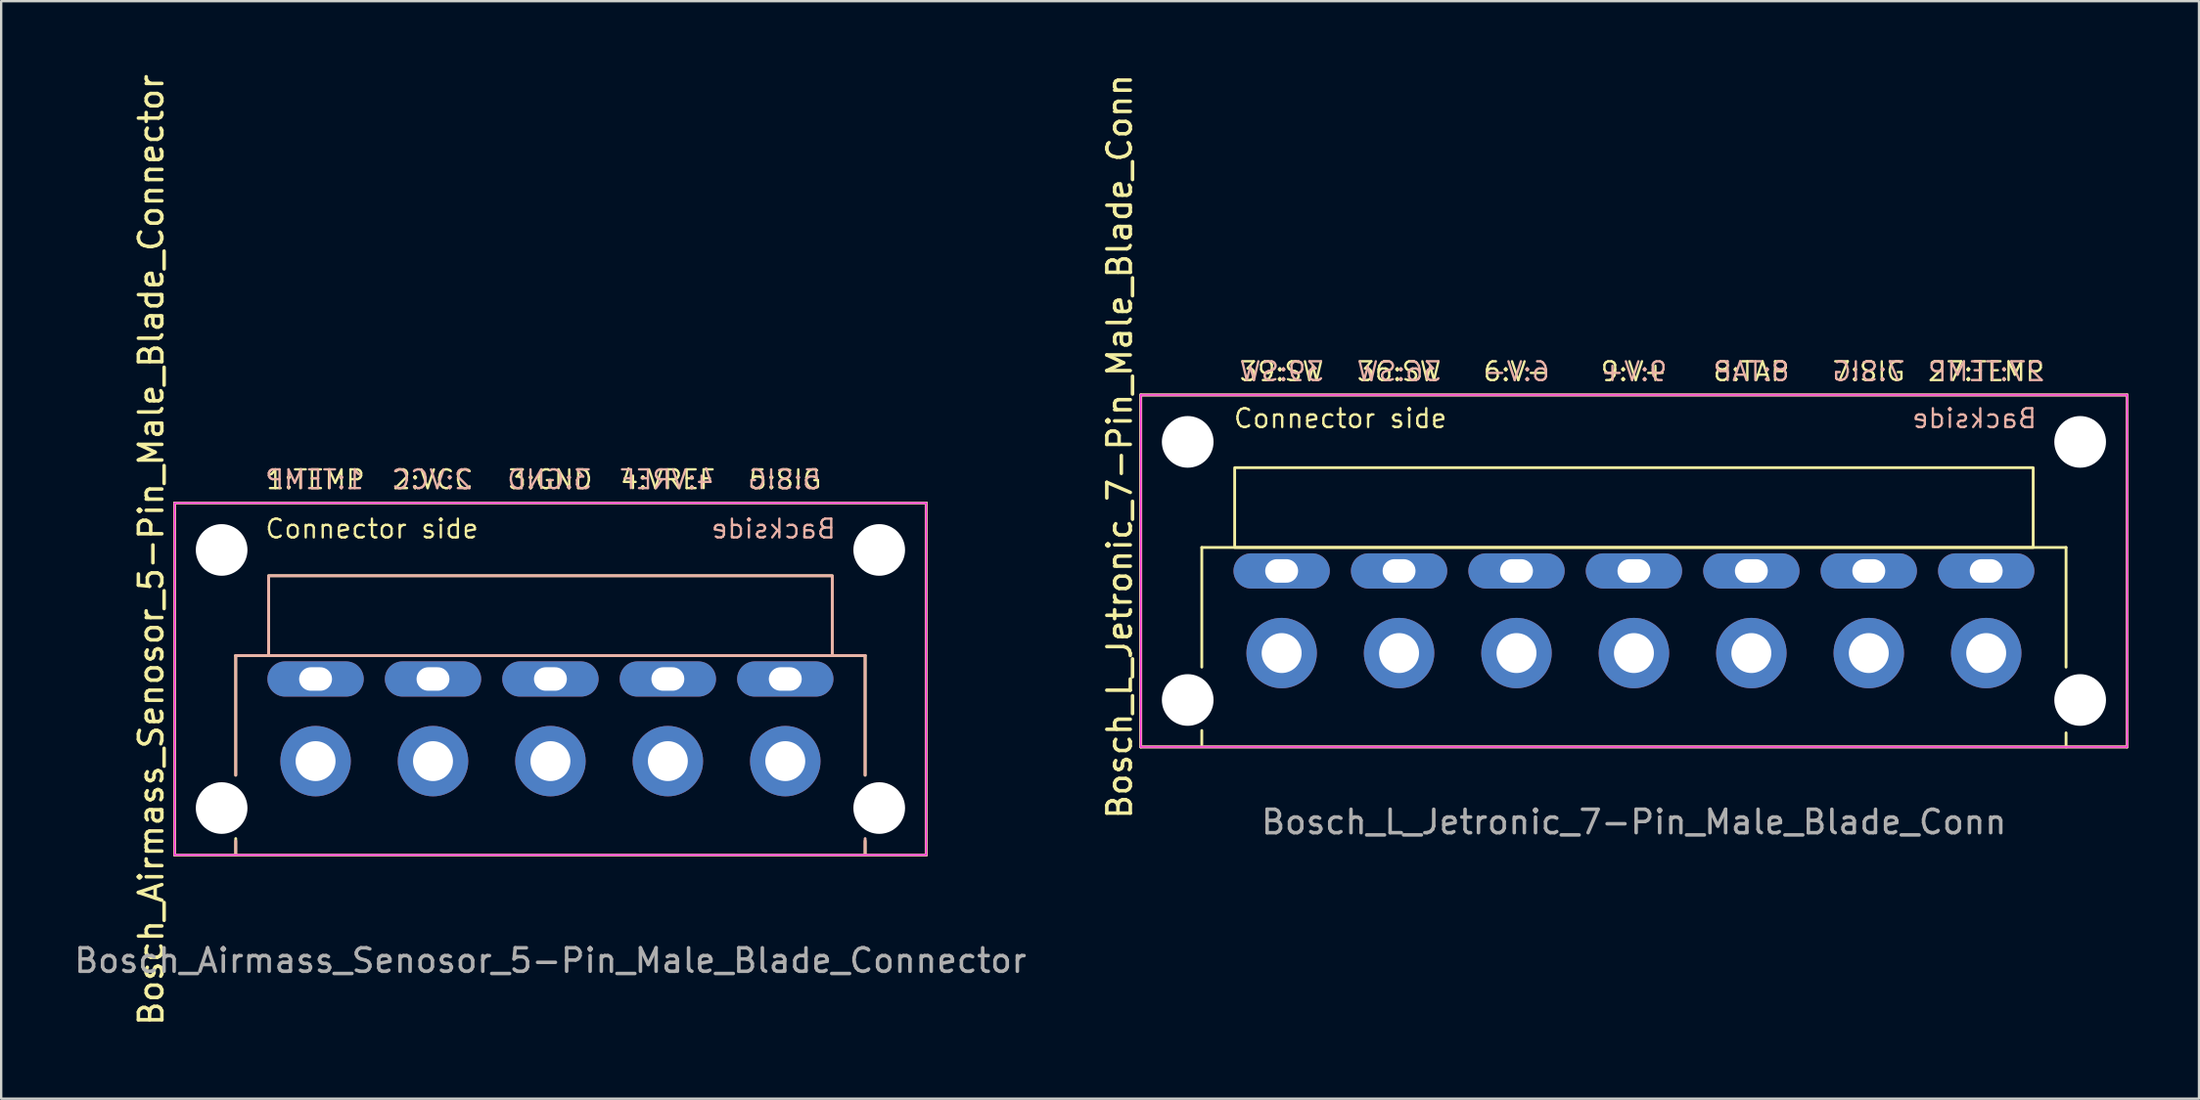
<source format=kicad_pcb>
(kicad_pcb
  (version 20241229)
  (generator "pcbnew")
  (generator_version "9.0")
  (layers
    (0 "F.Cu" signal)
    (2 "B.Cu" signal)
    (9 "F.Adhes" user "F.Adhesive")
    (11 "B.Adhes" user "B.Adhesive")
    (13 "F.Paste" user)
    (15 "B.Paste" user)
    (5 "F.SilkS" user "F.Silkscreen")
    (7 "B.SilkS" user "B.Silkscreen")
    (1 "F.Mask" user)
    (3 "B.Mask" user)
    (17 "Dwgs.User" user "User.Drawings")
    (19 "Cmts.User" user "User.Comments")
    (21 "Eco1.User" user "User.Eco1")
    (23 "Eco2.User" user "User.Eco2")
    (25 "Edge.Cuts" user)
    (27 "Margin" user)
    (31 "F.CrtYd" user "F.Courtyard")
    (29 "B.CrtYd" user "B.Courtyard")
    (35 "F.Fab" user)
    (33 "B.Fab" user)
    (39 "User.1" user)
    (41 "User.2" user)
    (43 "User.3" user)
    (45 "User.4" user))
  (footprint "Bosch_Airmass_Senosor_5-Pin_Male_Blade_Connector"
    (layer "F.Cu")
    (at 20.387 25.887)
    (property "Reference" "Bosch_Airmass_Senosor_5-Pin_Male_Blade_Connector" (at -17 -5.5 90) (unlocked yes) (layer "F.SilkS") (effects (font (size 1 1) (thickness 0.15))))
    (attr through_hole)
    (fp_line (start -16 -7.5) (end 16 -7.5) (stroke (width 0.12) (type solid)) (layer "F.SilkS"))
    (fp_line (start -16 7.5) (end -16 -7.5) (stroke (width 0.12) (type solid)) (layer "F.SilkS"))
    (fp_line (start -13.4 -1) (end -13.4 4.1) (stroke (width 0.12) (type solid)) (layer "F.SilkS"))
    (fp_line (start -13.4 -1) (end 13.4 -1) (stroke (width 0.12) (type solid)) (layer "F.SilkS"))
    (fp_line (start -13.4 7.5) (end -13.4 6.8) (stroke (width 0.12) (type solid)) (layer "F.SilkS"))
    (fp_line (start 13.4 -1) (end 13.4 4.1) (stroke (width 0.12) (type solid)) (layer "F.SilkS"))
    (fp_line (start 13.4 7.5) (end 13.4 6.9) (stroke (width 0.12) (type solid)) (layer "F.SilkS"))
    (fp_line (start 16 -7.5) (end 16 7.5) (stroke (width 0.12) (type solid)) (layer "F.SilkS"))
    (fp_line (start 16 7.5) (end -16 7.5) (stroke (width 0.12) (type solid)) (layer "F.SilkS"))
    (fp_rect (start -12 -1) (end 12 -4.4) (stroke (width 0.12) (type solid)) (fill no) (layer "F.SilkS"))
    (fp_line (start -16 -7.5) (end -16 7.5) (stroke (width 0.12) (type solid)) (layer "B.SilkS"))
    (fp_line (start -16 7.5) (end 16 7.5) (stroke (width 0.12) (type solid)) (layer "B.SilkS"))
    (fp_line (start -13.4 -1) (end -13.4 4.1) (stroke (width 0.12) (type solid)) (layer "B.SilkS"))
    (fp_line (start -13.4 7.5) (end -13.4 6.9) (stroke (width 0.12) (type solid)) (layer "B.SilkS"))
    (fp_line (start 13.4 -1) (end -13.4 -1) (stroke (width 0.12) (type solid)) (layer "B.SilkS"))
    (fp_line (start 13.4 -1) (end 13.4 4.1) (stroke (width 0.12) (type solid)) (layer "B.SilkS"))
    (fp_line (start 13.4 7.5) (end 13.4 6.8) (stroke (width 0.12) (type solid)) (layer "B.SilkS"))
    (fp_line (start 16 -7.5) (end -16 -7.5) (stroke (width 0.12) (type solid)) (layer "B.SilkS"))
    (fp_line (start 16 7.5) (end 16 -7.5) (stroke (width 0.12) (type solid)) (layer "B.SilkS"))
    (fp_rect (start 12 -1) (end -12 -4.4) (stroke (width 0.12) (type solid)) (fill no) (layer "B.SilkS"))
    (fp_line (start -16 -7.5) (end 16 -7.5) (stroke (width 0.05) (type solid)) (layer "F.CrtYd"))
    (fp_line (start -16 7.5) (end -16 -7.5) (stroke (width 0.05) (type solid)) (layer "F.CrtYd"))
    (fp_line (start 16 -7.5) (end 16 7.5) (stroke (width 0.05) (type solid)) (layer "F.CrtYd"))
    (fp_line (start 16 7.5) (end -16 7.5) (stroke (width 0.05) (type solid)) (layer "F.CrtYd"))
    (fp_text user "1:TEMP" (at -10 -8.5 0) (unlocked yes) (layer "F.SilkS") (effects (font (size 0.8 0.8) (thickness 0.1))))
    (fp_text user "3:GND" (at 0 -8.5 0) (unlocked yes) (layer "F.SilkS") (effects (font (size 0.8 0.8) (thickness 0.1))))
    (fp_text user "Connector side" (at -7.6 -6.4 0) (unlocked yes) (layer "F.SilkS") (effects (font (size 0.8 0.8) (thickness 0.1))))
    (fp_text user "5:SIG" (at 10 -8.5 0) (unlocked yes) (layer "F.SilkS") (effects (font (size 0.8 0.8) (thickness 0.1))))
    (fp_text user "4:VREF" (at 5 -8.5 0) (unlocked yes) (layer "F.SilkS") (effects (font (size 0.8 0.8) (thickness 0.1))))
    (fp_text user "2:VCC" (at -5 -8.5 0) (unlocked yes) (layer "F.SilkS") (effects (font (size 0.8 0.8) (thickness 0.1))))
    (fp_text user "2:VCC" (at -5.048 -8.5 0) (unlocked yes) (layer "B.SilkS") (effects (font (size 0.8 0.8) (thickness 0.1)) (justify mirror)))
    (fp_text user "4:VREF" (at 4.952 -8.5 0) (unlocked yes) (layer "B.SilkS") (effects (font (size 0.8 0.8) (thickness 0.1)) (justify mirror)))
    (fp_text user "Backside" (at 9.5 -6.4 0) (unlocked yes) (layer "B.SilkS") (effects (font (size 0.8 0.8) (thickness 0.1)) (justify mirror)))
    (fp_text user "1:TEMP" (at -10.048 -8.5 0) (unlocked yes) (layer "B.SilkS") (effects (font (size 0.8 0.8) (thickness 0.1)) (justify mirror)))
    (fp_text user "3:GND" (at -0.048 -8.5 0) (unlocked yes) (layer "B.SilkS") (effects (font (size 0.8 0.8) (thickness 0.1)) (justify mirror)))
    (fp_text user "5:SIG" (at 9.952 -8.5 0) (unlocked yes) (layer "B.SilkS") (effects (font (size 0.8 0.8) (thickness 0.1)) (justify mirror)))
    (fp_text user "${REFERENCE}" (at 0 12 0) (unlocked yes) (layer "F.Fab") (effects (font (size 1 1) (thickness 0.15))))
    (pad "" np_thru_hole circle (at -14 -5.5) (size 2.2 2.2) (drill 2.2) (layers "*.Cu" "*.Mask"))
    (pad "" np_thru_hole circle (at -14 5.5) (size 2.2 2.2) (drill 2.2) (layers "*.Cu" "*.Mask"))
    (pad "" np_thru_hole circle (at 14 -5.5) (size 2.2 2.2) (drill 2.2) (layers "*.Cu" "*.Mask"))
    (pad "" np_thru_hole circle (at 14 5.5) (size 2.2 2.2) (drill 2.2) (layers "*.Cu" "*.Mask"))
    (pad "1" thru_hole oval (at -10 0) (size 4.1 1.5) (drill oval 1.4 1) (layers "*.Cu" "*.Mask"))
    (pad "1" thru_hole circle (at -10 3.5) (size 3 3) (drill 1.7) (layers "*.Cu" "*.Mask"))
    (pad "2" thru_hole oval (at -5 0) (size 4.1 1.5) (drill oval 1.4 1) (layers "*.Cu" "*.Mask"))
    (pad "2" thru_hole circle (at -5 3.5) (size 3 3) (drill 1.7) (layers "*.Cu" "*.Mask"))
    (pad "3" thru_hole oval (at 0 0) (size 4.1 1.5) (drill oval 1.4 1) (layers "*.Cu" "*.Mask"))
    (pad "3" thru_hole circle (at 0 3.5) (size 3 3) (drill 1.7) (layers "*.Cu" "*.Mask"))
    (pad "4" thru_hole oval (at 5 0) (size 4.1 1.5) (drill oval 1.4 1) (layers "*.Cu" "*.Mask"))
    (pad "4" thru_hole circle (at 5 3.5) (size 3 3) (drill 1.7) (layers "*.Cu" "*.Mask"))
    (pad "5" thru_hole oval (at 10 0) (size 4.1 1.5) (drill oval 1.4 1) (layers "*.Cu" "*.Mask"))
    (pad "5" thru_hole circle (at 10 3.5) (size 3 3) (drill 1.7) (layers "*.Cu" "*.Mask")))
  (footprint "Bosch_L_Jetronic_7-Pin_Male_Blade_Conn"
    (layer "F.Cu")
    (at 66.522 21.282)
    (property "Reference" "Bosch_L_Jetronic_7-Pin_Male_Blade_Conn" (at -21.9 -5.3 90) (unlocked yes) (layer "F.SilkS") (effects (font (size 1 1) (thickness 0.15))))
    (attr through_hole)
    (fp_line (start -21 -7.5) (end 21 -7.5) (stroke (width 0.12) (type solid)) (layer "F.SilkS"))
    (fp_line (start -21 7.5) (end -21 -7.5) (stroke (width 0.12) (type solid)) (layer "F.SilkS"))
    (fp_line (start -18.4 -1) (end -18.4 4.1) (stroke (width 0.12) (type solid)) (layer "F.SilkS"))
    (fp_line (start -18.4 -1) (end 18.4 -1) (stroke (width 0.12) (type solid)) (layer "F.SilkS"))
    (fp_line (start -18.4 7.4) (end -18.4 6.8) (stroke (width 0.12) (type solid)) (layer "F.SilkS"))
    (fp_line (start 18.4 -1) (end 18.4 4.1) (stroke (width 0.12) (type solid)) (layer "F.SilkS"))
    (fp_line (start 18.4 7.5) (end 18.4 6.9) (stroke (width 0.12) (type solid)) (layer "F.SilkS"))
    (fp_line (start 21 -7.5) (end 21 7.5) (stroke (width 0.12) (type solid)) (layer "F.SilkS"))
    (fp_line (start 21 7.5) (end -21 7.5) (stroke (width 0.12) (type solid)) (layer "F.SilkS"))
    (fp_rect (start -17 -1) (end 17 -4.4) (stroke (width 0.12) (type solid)) (fill no) (layer "F.SilkS"))
    (fp_line (start -21 -7.5) (end -21 7.5) (stroke (width 0.12) (type solid)) (layer "B.SilkS"))
    (fp_line (start -21 7.5) (end 21 7.5) (stroke (width 0.12) (type solid)) (layer "B.SilkS"))
    (fp_line (start 21 -7.5) (end -21 -7.5) (stroke (width 0.12) (type solid)) (layer "B.SilkS"))
    (fp_line (start 21 7.5) (end 21 -7.5) (stroke (width 0.12) (type solid)) (layer "B.SilkS"))
    (fp_line (start -21 -7.5) (end 21 -7.5) (stroke (width 0.05) (type solid)) (layer "F.CrtYd"))
    (fp_line (start -21 7.5) (end -21 -7.5) (stroke (width 0.05) (type solid)) (layer "F.CrtYd"))
    (fp_line (start 21 -7.5) (end 21 7.5) (stroke (width 0.05) (type solid)) (layer "F.CrtYd"))
    (fp_line (start 21 7.5) (end -21 7.5) (stroke (width 0.05) (type solid)) (layer "F.CrtYd"))
    (fp_text user "7:SIG" (at 10 -8.5 0) (unlocked yes) (layer "F.SilkS") (effects (font (size 0.8 0.8) (thickness 0.1))))
    (fp_text user "Connector side" (at -12.5 -6.5 0) (unlocked yes) (layer "F.SilkS") (effects (font (size 0.8 0.8) (thickness 0.1))))
    (fp_text user "8:TAP" (at 5 -8.5 0) (unlocked yes) (layer "F.SilkS") (effects (font (size 0.8 0.8) (thickness 0.1))))
    (fp_text user "9:V+" (at 0 -8.5 0) (unlocked yes) (layer "F.SilkS") (effects (font (size 0.8 0.8) (thickness 0.1))))
    (fp_text user "27:TEMP" (at 15 -8.5 0) (unlocked yes) (layer "F.SilkS") (effects (font (size 0.8 0.8) (thickness 0.1))))
    (fp_text user "39:SW" (at -15 -8.5 0) (unlocked yes) (layer "F.SilkS") (effects (font (size 0.8 0.8) (thickness 0.1))))
    (fp_text user "36:SW" (at -10 -8.5 0) (unlocked yes) (layer "F.SilkS") (effects (font (size 0.8 0.8) (thickness 0.1))))
    (fp_text user "6:V-" (at -5 -8.5 0) (unlocked yes) (layer "F.SilkS") (effects (font (size 0.8 0.8) (thickness 0.1))))
    (fp_text user "6:V-" (at -5 -8.5 0) (unlocked yes) (layer "B.SilkS") (effects (font (size 0.8 0.8) (thickness 0.1)) (justify mirror)))
    (fp_text user "9:V+" (at 0 -8.5 0) (unlocked yes) (layer "B.SilkS") (effects (font (size 0.8 0.8) (thickness 0.1)) (justify mirror)))
    (fp_text user "36:SW" (at -10 -8.5 0) (unlocked yes) (layer "B.SilkS") (effects (font (size 0.8 0.8) (thickness 0.1)) (justify mirror)))
    (fp_text user "39:SW" (at -15 -8.5 0) (unlocked yes) (layer "B.SilkS") (effects (font (size 0.8 0.8) (thickness 0.1)) (justify mirror)))
    (fp_text user "Backside" (at 14.5 -6.5 0) (unlocked yes) (layer "B.SilkS") (effects (font (size 0.8 0.8) (thickness 0.1)) (justify mirror)))
    (fp_text user "7:SIG" (at 10 -8.5 0) (unlocked yes) (layer "B.SilkS") (effects (font (size 0.8 0.8) (thickness 0.1)) (justify mirror)))
    (fp_text user "27:TEMP" (at 15 -8.5 0) (unlocked yes) (layer "B.SilkS") (effects (font (size 0.8 0.8) (thickness 0.1)) (justify mirror)))
    (fp_text user "8:TAP" (at 5 -8.5 0) (unlocked yes) (layer "B.SilkS") (effects (font (size 0.8 0.8) (thickness 0.1)) (justify mirror)))
    (fp_text user "${REFERENCE}" (at 0 10.7 0) (unlocked yes) (layer "F.Fab") (effects (font (size 1 1) (thickness 0.15))))
    (pad "" np_thru_hole circle (at -19 -5.5) (size 2.2 2.2) (drill 2.2) (layers "*.Cu" "*.Mask"))
    (pad "" np_thru_hole circle (at -19 5.5) (size 2.2 2.2) (drill 2.2) (layers "*.Cu" "*.Mask"))
    (pad "" np_thru_hole circle (at 19 -5.5) (size 2.2 2.2) (drill 2.2) (layers "*.Cu" "*.Mask"))
    (pad "" np_thru_hole circle (at 19 5.5) (size 2.2 2.2) (drill 2.2) (layers "*.Cu" "*.Mask"))
    (pad "6" thru_hole oval (at -5 0) (size 4.1 1.5) (drill oval 1.4 1) (layers "*.Cu" "*.Mask"))
    (pad "6" thru_hole circle (at -5 3.5) (size 3 3) (drill 1.7) (layers "*.Cu" "*.Mask"))
    (pad "7" thru_hole oval (at 10 0) (size 4.1 1.5) (drill oval 1.4 1) (layers "*.Cu" "*.Mask"))
    (pad "7" thru_hole circle (at 10 3.5) (size 3 3) (drill 1.7) (layers "*.Cu" "*.Mask"))
    (pad "8" thru_hole oval (at 5 0) (size 4.1 1.5) (drill oval 1.4 1) (layers "*.Cu" "*.Mask"))
    (pad "8" thru_hole circle (at 5 3.5) (size 3 3) (drill 1.7) (layers "*.Cu" "*.Mask"))
    (pad "9" thru_hole oval (at 0 0) (size 4.1 1.5) (drill oval 1.4 1) (layers "*.Cu" "*.Mask"))
    (pad "9" thru_hole circle (at 0 3.5) (size 3 3) (drill 1.7) (layers "*.Cu" "*.Mask"))
    (pad "27" thru_hole oval (at 15 0) (size 4.1 1.5) (drill oval 1.4 1) (layers "*.Cu" "*.Mask"))
    (pad "27" thru_hole circle (at 15 3.5) (size 3 3) (drill 1.7) (layers "*.Cu" "*.Mask"))
    (pad "36" thru_hole oval (at -10 0) (size 4.1 1.5) (drill oval 1.4 1) (layers "*.Cu" "*.Mask"))
    (pad "36" thru_hole circle (at -10 3.5) (size 3 3) (drill 1.7) (layers "*.Cu" "*.Mask"))
    (pad "39" thru_hole oval (at -15 0) (size 4.1 1.5) (drill oval 1.4 1) (layers "*.Cu" "*.Mask"))
    (pad "39" thru_hole circle (at -15 3.5) (size 3 3) (drill 1.7) (layers "*.Cu" "*.Mask")))
  (gr_rect
    (start -3 -3)
    (end 90.582 43.774)
    (stroke (width 0.1) (type default))
    (fill no)
    (layer "Edge.Cuts")))
</source>
